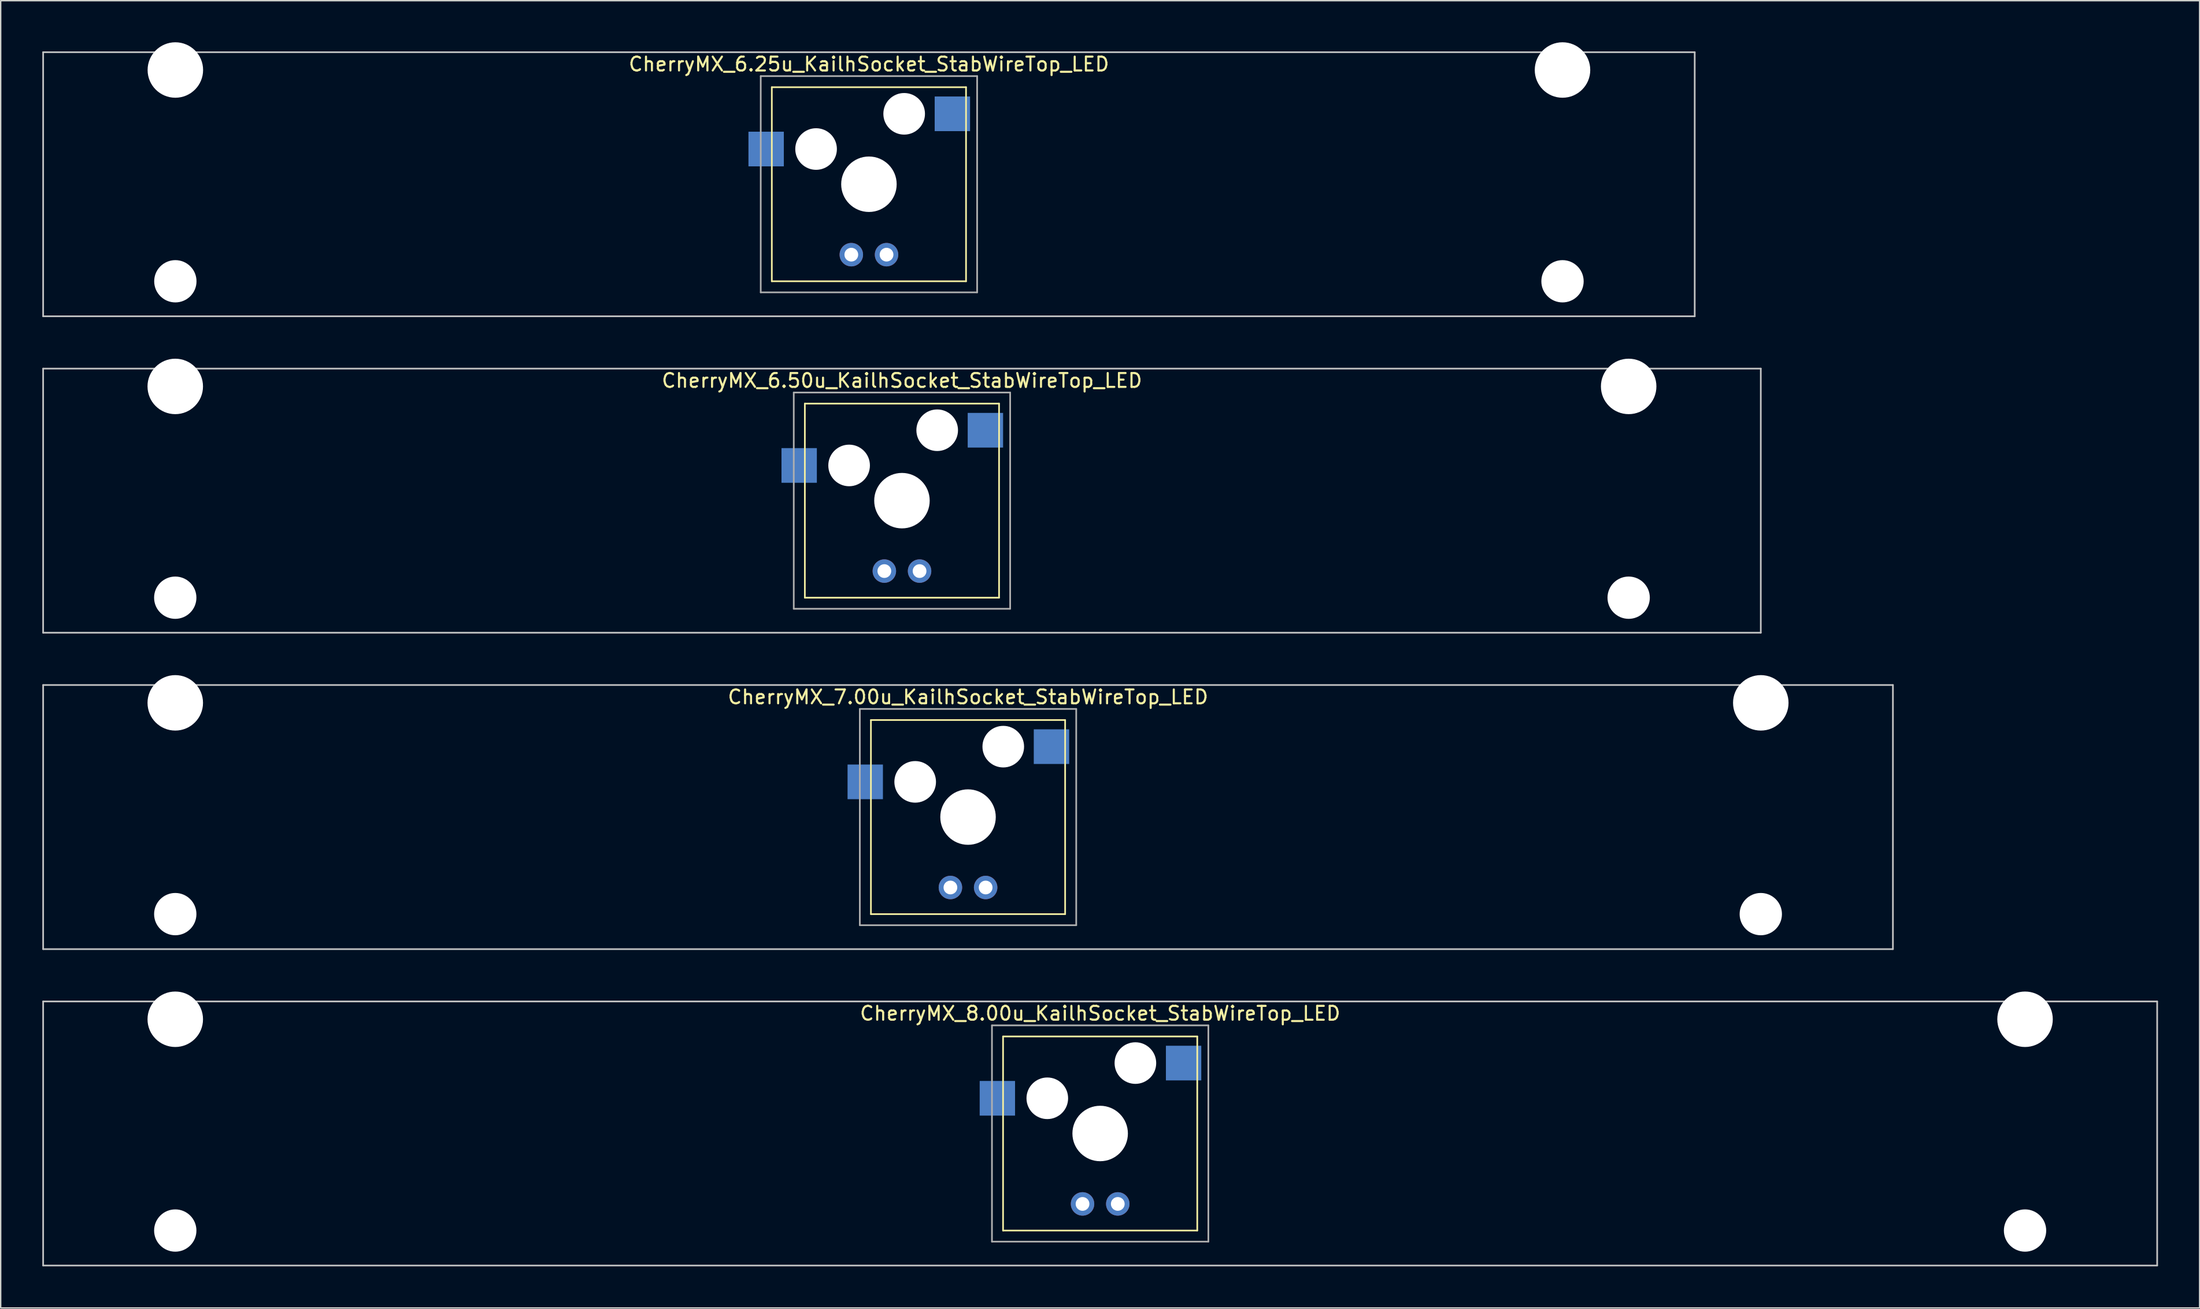
<source format=kicad_pcb>
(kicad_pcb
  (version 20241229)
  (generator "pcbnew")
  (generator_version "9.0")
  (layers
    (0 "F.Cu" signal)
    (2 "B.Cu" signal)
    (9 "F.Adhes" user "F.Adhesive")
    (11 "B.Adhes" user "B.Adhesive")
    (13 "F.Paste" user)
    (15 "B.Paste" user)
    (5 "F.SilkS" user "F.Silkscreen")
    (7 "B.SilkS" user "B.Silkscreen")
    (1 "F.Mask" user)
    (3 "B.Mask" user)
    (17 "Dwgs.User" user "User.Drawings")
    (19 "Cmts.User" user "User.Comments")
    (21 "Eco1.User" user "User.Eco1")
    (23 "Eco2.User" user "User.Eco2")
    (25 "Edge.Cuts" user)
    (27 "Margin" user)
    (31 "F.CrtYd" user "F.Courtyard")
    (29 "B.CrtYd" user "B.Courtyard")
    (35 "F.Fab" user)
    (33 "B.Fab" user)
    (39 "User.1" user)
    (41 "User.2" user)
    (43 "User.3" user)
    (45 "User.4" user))
  (footprint "CherryMX_6.25u_KailhSocket_StabWireTop_LED"
    (layer "F.Cu")
    (at 59.591 10.24)
    (property "Reference" "CherryMX_6.25u_KailhSocket_StabWireTop_LED" (at 0 -8.662 0) (layer "F.SilkS") (effects (font (size 1 1) (thickness 0.15))))
    (attr through_hole)
    (fp_line (start -7 -7) (end -7 7) (stroke (width 0.12) (type solid)) (layer "F.SilkS"))
    (fp_line (start -7 -7) (end 7 -7) (stroke (width 0.12) (type solid)) (layer "F.SilkS"))
    (fp_line (start 7 -7) (end 7 7) (stroke (width 0.12) (type solid)) (layer "F.SilkS"))
    (fp_line (start 7 7) (end -7 7) (stroke (width 0.12) (type solid)) (layer "F.SilkS"))
    (fp_line (start -59.531 -9.525) (end 59.531 -9.525) (stroke (width 0.12) (type solid)) (layer "Dwgs.User"))
    (fp_line (start -59.531 9.525) (end -59.531 -9.525) (stroke (width 0.12) (type solid)) (layer "Dwgs.User"))
    (fp_line (start 59.531 -9.525) (end 59.531 9.525) (stroke (width 0.12) (type solid)) (layer "Dwgs.User"))
    (fp_line (start 59.531 9.525) (end -59.531 9.525) (stroke (width 0.12) (type solid)) (layer "Dwgs.User"))
    (fp_line (start -7.8 -7.8) (end -7.8 7.8) (stroke (width 0.12) (type solid)) (layer "F.Fab"))
    (fp_line (start -7.8 -7.8) (end 7.8 -7.8) (stroke (width 0.12) (type solid)) (layer "F.Fab"))
    (fp_line (start -7.8 7.8) (end 7.8 7.8) (stroke (width 0.12) (type solid)) (layer "F.Fab"))
    (fp_line (start 7.8 -7.8) (end 7.8 7.8) (stroke (width 0.12) (type solid)) (layer "F.Fab"))
    (pad "" np_thru_hole circle (at -50 -8.24) (size 4 4) (drill 4) (layers "*.Cu" "*.Mask"))
    (pad "" np_thru_hole circle (at -50 7) (size 3.05 3.05) (drill 3.05) (layers "*.Cu" "*.Mask"))
    (pad "" np_thru_hole circle (at -3.81 -2.54) (size 3 3) (drill 3) (layers "*.Cu" "*.Mask"))
    (pad "" np_thru_hole circle (at 0 0) (size 4 4) (drill 4) (layers "*.Cu" "*.Mask"))
    (pad "" np_thru_hole circle (at 2.54 -5.08) (size 3 3) (drill 3) (layers "*.Cu" "*.Mask"))
    (pad "" np_thru_hole circle (at 50 -8.24) (size 4 4) (drill 4) (layers "*.Cu" "*.Mask"))
    (pad "" np_thru_hole circle (at 50 7) (size 3.05 3.05) (drill 3.05) (layers "*.Cu" "*.Mask"))
    (pad "1" smd rect (at -7.41 -2.54) (size 2.55 2.5) (layers "B.Cu" "B.Mask" "B.Paste"))
    (pad "2" smd rect (at 6.015 -5.08) (size 2.55 2.5) (layers "B.Cu" "B.Mask" "B.Paste"))
    (pad "3" thru_hole circle (at -1.27 5.08) (size 1.691 1.691) (drill 0.991) (layers "*.Cu" "*.Mask"))
    (pad "4" thru_hole circle (at 1.27 5.08) (size 1.691 1.691) (drill 0.991) (layers "*.Cu" "*.Mask")))
  (footprint "CherryMX_6.50u_KailhSocket_StabWireTop_LED"
    (layer "F.Cu")
    (at 61.972 33.065)
    (property "Reference" "CherryMX_6.50u_KailhSocket_StabWireTop_LED" (at 0 -8.662 0) (layer "F.SilkS") (effects (font (size 1 1) (thickness 0.15))))
    (attr through_hole)
    (fp_line (start -7 -7) (end -7 7) (stroke (width 0.12) (type solid)) (layer "F.SilkS"))
    (fp_line (start -7 -7) (end 7 -7) (stroke (width 0.12) (type solid)) (layer "F.SilkS"))
    (fp_line (start 7 -7) (end 7 7) (stroke (width 0.12) (type solid)) (layer "F.SilkS"))
    (fp_line (start 7 7) (end -7 7) (stroke (width 0.12) (type solid)) (layer "F.SilkS"))
    (fp_line (start -61.913 -9.525) (end 61.913 -9.525) (stroke (width 0.12) (type solid)) (layer "Dwgs.User"))
    (fp_line (start -61.913 9.525) (end -61.913 -9.525) (stroke (width 0.12) (type solid)) (layer "Dwgs.User"))
    (fp_line (start 61.913 -9.525) (end 61.913 9.525) (stroke (width 0.12) (type solid)) (layer "Dwgs.User"))
    (fp_line (start 61.913 9.525) (end -61.913 9.525) (stroke (width 0.12) (type solid)) (layer "Dwgs.User"))
    (fp_line (start -7.8 -7.8) (end -7.8 7.8) (stroke (width 0.12) (type solid)) (layer "F.Fab"))
    (fp_line (start -7.8 -7.8) (end 7.8 -7.8) (stroke (width 0.12) (type solid)) (layer "F.Fab"))
    (fp_line (start -7.8 7.8) (end 7.8 7.8) (stroke (width 0.12) (type solid)) (layer "F.Fab"))
    (fp_line (start 7.8 -7.8) (end 7.8 7.8) (stroke (width 0.12) (type solid)) (layer "F.Fab"))
    (pad "" np_thru_hole circle (at -52.388 -8.24) (size 4 4) (drill 4) (layers "*.Cu" "*.Mask"))
    (pad "" np_thru_hole circle (at -52.388 7) (size 3.05 3.05) (drill 3.05) (layers "*.Cu" "*.Mask"))
    (pad "" np_thru_hole circle (at -3.81 -2.54) (size 3 3) (drill 3) (layers "*.Cu" "*.Mask"))
    (pad "" np_thru_hole circle (at 0 0) (size 4 4) (drill 4) (layers "*.Cu" "*.Mask"))
    (pad "" np_thru_hole circle (at 2.54 -5.08) (size 3 3) (drill 3) (layers "*.Cu" "*.Mask"))
    (pad "" np_thru_hole circle (at 52.388 -8.24) (size 4 4) (drill 4) (layers "*.Cu" "*.Mask"))
    (pad "" np_thru_hole circle (at 52.388 7) (size 3.05 3.05) (drill 3.05) (layers "*.Cu" "*.Mask"))
    (pad "1" smd rect (at -7.41 -2.54) (size 2.55 2.5) (layers "B.Cu" "B.Mask" "B.Paste"))
    (pad "2" smd rect (at 6.015 -5.08) (size 2.55 2.5) (layers "B.Cu" "B.Mask" "B.Paste"))
    (pad "3" thru_hole circle (at -1.27 5.08) (size 1.691 1.691) (drill 0.991) (layers "*.Cu" "*.Mask"))
    (pad "4" thru_hole circle (at 1.27 5.08) (size 1.691 1.691) (drill 0.991) (layers "*.Cu" "*.Mask")))
  (footprint "CherryMX_8.00u_KailhSocket_StabWireTop_LED"
    (layer "F.Cu")
    (at 76.26 78.715)
    (property "Reference" "CherryMX_8.00u_KailhSocket_StabWireTop_LED" (at 0 -8.662 0) (layer "F.SilkS") (effects (font (size 1 1) (thickness 0.15))))
    (attr through_hole)
    (fp_line (start -7 -7) (end -7 7) (stroke (width 0.12) (type solid)) (layer "F.SilkS"))
    (fp_line (start -7 -7) (end 7 -7) (stroke (width 0.12) (type solid)) (layer "F.SilkS"))
    (fp_line (start 7 -7) (end 7 7) (stroke (width 0.12) (type solid)) (layer "F.SilkS"))
    (fp_line (start 7 7) (end -7 7) (stroke (width 0.12) (type solid)) (layer "F.SilkS"))
    (fp_line (start -76.2 -9.525) (end 76.2 -9.525) (stroke (width 0.12) (type solid)) (layer "Dwgs.User"))
    (fp_line (start -76.2 9.525) (end -76.2 -9.525) (stroke (width 0.12) (type solid)) (layer "Dwgs.User"))
    (fp_line (start 76.2 -9.525) (end 76.2 9.525) (stroke (width 0.12) (type solid)) (layer "Dwgs.User"))
    (fp_line (start 76.2 9.525) (end -76.2 9.525) (stroke (width 0.12) (type solid)) (layer "Dwgs.User"))
    (fp_line (start -7.8 -7.8) (end -7.8 7.8) (stroke (width 0.12) (type solid)) (layer "F.Fab"))
    (fp_line (start -7.8 -7.8) (end 7.8 -7.8) (stroke (width 0.12) (type solid)) (layer "F.Fab"))
    (fp_line (start -7.8 7.8) (end 7.8 7.8) (stroke (width 0.12) (type solid)) (layer "F.Fab"))
    (fp_line (start 7.8 -7.8) (end 7.8 7.8) (stroke (width 0.12) (type solid)) (layer "F.Fab"))
    (pad "" np_thru_hole circle (at -66.675 -8.24) (size 4 4) (drill 4) (layers "*.Cu" "*.Mask"))
    (pad "" np_thru_hole circle (at -66.675 7) (size 3.05 3.05) (drill 3.05) (layers "*.Cu" "*.Mask"))
    (pad "" np_thru_hole circle (at -3.81 -2.54) (size 3 3) (drill 3) (layers "*.Cu" "*.Mask"))
    (pad "" np_thru_hole circle (at 0 0) (size 4 4) (drill 4) (layers "*.Cu" "*.Mask"))
    (pad "" np_thru_hole circle (at 2.54 -5.08) (size 3 3) (drill 3) (layers "*.Cu" "*.Mask"))
    (pad "" np_thru_hole circle (at 66.675 -8.24) (size 4 4) (drill 4) (layers "*.Cu" "*.Mask"))
    (pad "" np_thru_hole circle (at 66.675 7) (size 3.05 3.05) (drill 3.05) (layers "*.Cu" "*.Mask"))
    (pad "1" smd rect (at -7.41 -2.54) (size 2.55 2.5) (layers "B.Cu" "B.Mask" "B.Paste"))
    (pad "2" smd rect (at 6.015 -5.08) (size 2.55 2.5) (layers "B.Cu" "B.Mask" "B.Paste"))
    (pad "3" thru_hole circle (at -1.27 5.08) (size 1.691 1.691) (drill 0.991) (layers "*.Cu" "*.Mask"))
    (pad "4" thru_hole circle (at 1.27 5.08) (size 1.691 1.691) (drill 0.991) (layers "*.Cu" "*.Mask")))
  (footprint "CherryMX_7.00u_KailhSocket_StabWireTop_LED"
    (layer "F.Cu")
    (at 66.735 55.89)
    (property "Reference" "CherryMX_7.00u_KailhSocket_StabWireTop_LED" (at 0 -8.662 0) (layer "F.SilkS") (effects (font (size 1 1) (thickness 0.15))))
    (attr through_hole)
    (fp_line (start -7 -7) (end -7 7) (stroke (width 0.12) (type solid)) (layer "F.SilkS"))
    (fp_line (start -7 -7) (end 7 -7) (stroke (width 0.12) (type solid)) (layer "F.SilkS"))
    (fp_line (start 7 -7) (end 7 7) (stroke (width 0.12) (type solid)) (layer "F.SilkS"))
    (fp_line (start 7 7) (end -7 7) (stroke (width 0.12) (type solid)) (layer "F.SilkS"))
    (fp_line (start -66.675 -9.525) (end 66.675 -9.525) (stroke (width 0.12) (type solid)) (layer "Dwgs.User"))
    (fp_line (start -66.675 9.525) (end -66.675 -9.525) (stroke (width 0.12) (type solid)) (layer "Dwgs.User"))
    (fp_line (start 66.675 -9.525) (end 66.675 9.525) (stroke (width 0.12) (type solid)) (layer "Dwgs.User"))
    (fp_line (start 66.675 9.525) (end -66.675 9.525) (stroke (width 0.12) (type solid)) (layer "Dwgs.User"))
    (fp_line (start -7.8 -7.8) (end -7.8 7.8) (stroke (width 0.12) (type solid)) (layer "F.Fab"))
    (fp_line (start -7.8 -7.8) (end 7.8 -7.8) (stroke (width 0.12) (type solid)) (layer "F.Fab"))
    (fp_line (start -7.8 7.8) (end 7.8 7.8) (stroke (width 0.12) (type solid)) (layer "F.Fab"))
    (fp_line (start 7.8 -7.8) (end 7.8 7.8) (stroke (width 0.12) (type solid)) (layer "F.Fab"))
    (pad "" np_thru_hole circle (at -57.15 -8.24) (size 4 4) (drill 4) (layers "*.Cu" "*.Mask"))
    (pad "" np_thru_hole circle (at -57.15 7) (size 3.05 3.05) (drill 3.05) (layers "*.Cu" "*.Mask"))
    (pad "" np_thru_hole circle (at -3.81 -2.54) (size 3 3) (drill 3) (layers "*.Cu" "*.Mask"))
    (pad "" np_thru_hole circle (at 0 0) (size 4 4) (drill 4) (layers "*.Cu" "*.Mask"))
    (pad "" np_thru_hole circle (at 2.54 -5.08) (size 3 3) (drill 3) (layers "*.Cu" "*.Mask"))
    (pad "" np_thru_hole circle (at 57.15 -8.24) (size 4 4) (drill 4) (layers "*.Cu" "*.Mask"))
    (pad "" np_thru_hole circle (at 57.15 7) (size 3.05 3.05) (drill 3.05) (layers "*.Cu" "*.Mask"))
    (pad "1" smd rect (at -7.41 -2.54) (size 2.55 2.5) (layers "B.Cu" "B.Mask" "B.Paste"))
    (pad "2" smd rect (at 6.015 -5.08) (size 2.55 2.5) (layers "B.Cu" "B.Mask" "B.Paste"))
    (pad "3" thru_hole circle (at -1.27 5.08) (size 1.691 1.691) (drill 0.991) (layers "*.Cu" "*.Mask"))
    (pad "4" thru_hole circle (at 1.27 5.08) (size 1.691 1.691) (drill 0.991) (layers "*.Cu" "*.Mask")))
  (gr_rect
    (start -3 -3)
    (end 155.52 91.3)
    (stroke (width 0.1) (type default))
    (fill no)
    (layer "Edge.Cuts")))
</source>
